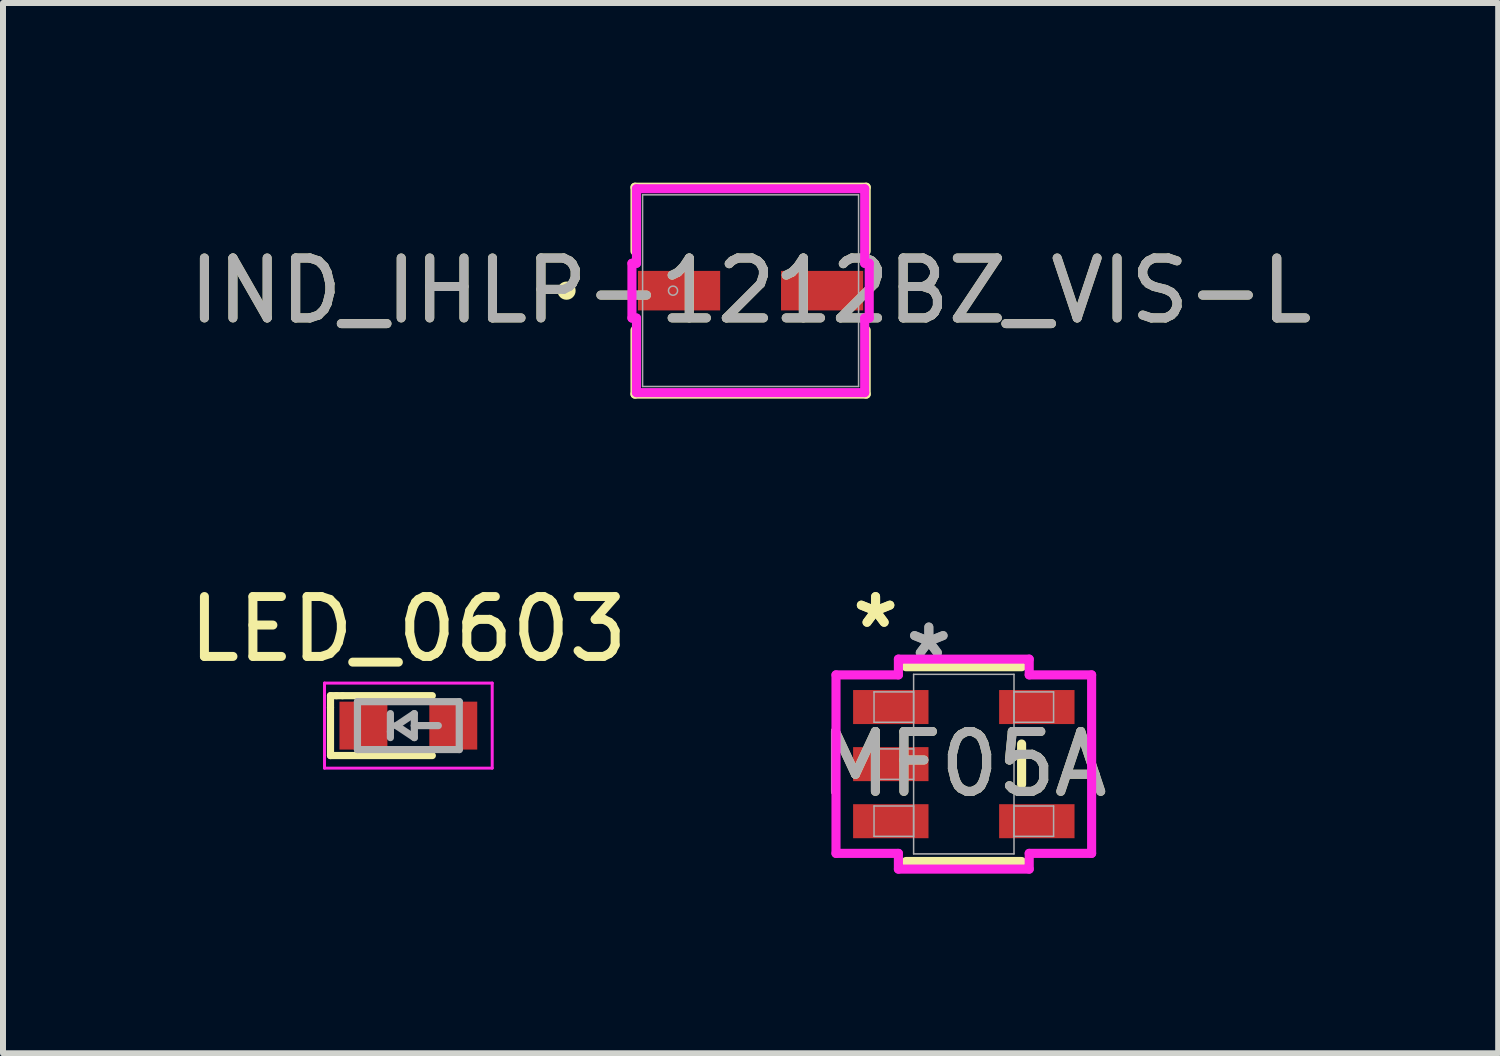
<source format=kicad_pcb>
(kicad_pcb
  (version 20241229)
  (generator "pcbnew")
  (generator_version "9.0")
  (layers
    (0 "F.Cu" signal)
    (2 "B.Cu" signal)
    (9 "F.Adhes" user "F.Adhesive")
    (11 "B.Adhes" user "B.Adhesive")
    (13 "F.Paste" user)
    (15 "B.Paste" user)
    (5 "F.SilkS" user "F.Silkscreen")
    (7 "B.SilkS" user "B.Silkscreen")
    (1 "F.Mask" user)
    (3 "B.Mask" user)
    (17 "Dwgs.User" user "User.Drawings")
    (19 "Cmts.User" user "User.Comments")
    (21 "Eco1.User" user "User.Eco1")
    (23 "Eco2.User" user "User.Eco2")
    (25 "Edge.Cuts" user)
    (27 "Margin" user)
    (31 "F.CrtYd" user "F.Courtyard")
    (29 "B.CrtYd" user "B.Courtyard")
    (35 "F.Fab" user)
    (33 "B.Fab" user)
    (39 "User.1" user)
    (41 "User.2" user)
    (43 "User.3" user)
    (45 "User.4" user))
  (footprint "LED_0603"
    (layer "F.Cu")
    (at 3.768 9.065)
    (property "Reference" "LED_0603" (at 0 -1.61 0) (layer "F.SilkS") (effects (font (size 1 1) (thickness 0.15))))
    (attr smd)
    (fp_line (start -1.3 -0.5) (end -1.3 -0.3) (stroke (width 0.12) (type solid)) (layer "F.SilkS"))
    (fp_line (start -1.3 -0.3) (end -1.3 0.5) (stroke (width 0.12) (type solid)) (layer "F.SilkS"))
    (fp_line (start -1.3 0.5) (end 0.4 0.5) (stroke (width 0.12) (type solid)) (layer "F.SilkS"))
    (fp_line (start -1.2 -0.5) (end -1.3 -0.5) (stroke (width 0.12) (type solid)) (layer "F.SilkS"))
    (fp_line (start -1.1 -0.5) (end -1.2 -0.5) (stroke (width 0.12) (type solid)) (layer "F.SilkS"))
    (fp_line (start -1.1 -0.5) (end 0.4 -0.5) (stroke (width 0.12) (type solid)) (layer "F.SilkS"))
    (fp_line (start -1.4 -0.71) (end 1.4 -0.71) (stroke (width 0.05) (type solid)) (layer "F.CrtYd"))
    (fp_line (start -1.4 0.71) (end -1.4 -0.71) (stroke (width 0.05) (type solid)) (layer "F.CrtYd"))
    (fp_line (start -1.4 0.71) (end 1.4 0.71) (stroke (width 0.05) (type solid)) (layer "F.CrtYd"))
    (fp_line (start 1.4 0.71) (end 1.4 -0.71) (stroke (width 0.05) (type solid)) (layer "F.CrtYd"))
    (fp_line (start -0.85 -0.4) (end 0.85 -0.4) (stroke (width 0.12) (type solid)) (layer "F.Fab"))
    (fp_line (start -0.85 0.4) (end -0.85 -0.4) (stroke (width 0.12) (type solid)) (layer "F.Fab"))
    (fp_line (start -0.85 0.4) (end 0.85 0.4) (stroke (width 0.12) (type solid)) (layer "F.Fab"))
    (fp_line (start -0.3 -0.2) (end -0.3 0.1) (stroke (width 0.12) (type solid)) (layer "F.Fab"))
    (fp_line (start -0.3 0.2) (end -0.3 0.1) (stroke (width 0.12) (type solid)) (layer "F.Fab"))
    (fp_line (start -0.2 0) (end 0.1 0.2) (stroke (width 0.12) (type solid)) (layer "F.Fab"))
    (fp_line (start 0.1 -0.2) (end -0.2 0) (stroke (width 0.12) (type solid)) (layer "F.Fab"))
    (fp_line (start 0.1 0) (end 0.1 -0.2) (stroke (width 0.12) (type solid)) (layer "F.Fab"))
    (fp_line (start 0.1 0.2) (end 0.1 0) (stroke (width 0.12) (type solid)) (layer "F.Fab"))
    (fp_line (start 0.5 0) (end 0.1 0) (stroke (width 0.12) (type solid)) (layer "F.Fab"))
    (fp_line (start 0.85 0.4) (end 0.85 -0.4) (stroke (width 0.12) (type solid)) (layer "F.Fab"))
    (pad "1" smd rect (at -0.75 0) (size 0.8 0.8) (layers "F.Cu" "F.Mask" "F.Paste"))
    (pad "2" smd rect (at 0.75 0) (size 0.8 0.8) (layers "F.Cu" "F.Mask" "F.Paste")))
  (footprint "MF05A"
    (layer "F.Cu")
    (at 13.042 9.708)
    (property "Reference" "MF05A" (at 0 0 0) (unlocked yes) (layer "F.SilkS") (effects (font (size 1 1) (thickness 0.15))))
    (attr smd)
    (fp_line (start -0.965 1.626) (end 0.965 1.626) (stroke (width 0.152) (type solid)) (layer "F.SilkS"))
    (fp_line (start 0.965 -1.626) (end -0.965 -1.626) (stroke (width 0.152) (type solid)) (layer "F.SilkS"))
    (fp_line (start 0.965 0.336) (end 0.965 -0.336) (stroke (width 0.152) (type solid)) (layer "F.SilkS"))
    (fp_line (start -2.134 -1.49) (end -1.092 -1.49) (stroke (width 0.152) (type solid)) (layer "F.CrtYd"))
    (fp_line (start -2.134 1.49) (end -2.134 -1.49) (stroke (width 0.152) (type solid)) (layer "F.CrtYd"))
    (fp_line (start -1.092 -1.753) (end 1.092 -1.753) (stroke (width 0.152) (type solid)) (layer "F.CrtYd"))
    (fp_line (start -1.092 -1.49) (end -1.092 -1.753) (stroke (width 0.152) (type solid)) (layer "F.CrtYd"))
    (fp_line (start -1.092 1.49) (end -2.134 1.49) (stroke (width 0.152) (type solid)) (layer "F.CrtYd"))
    (fp_line (start -1.092 1.753) (end -1.092 1.49) (stroke (width 0.152) (type solid)) (layer "F.CrtYd"))
    (fp_line (start 1.092 -1.753) (end 1.092 -1.49) (stroke (width 0.152) (type solid)) (layer "F.CrtYd"))
    (fp_line (start 1.092 -1.49) (end 2.134 -1.49) (stroke (width 0.152) (type solid)) (layer "F.CrtYd"))
    (fp_line (start 1.092 1.49) (end 1.092 1.753) (stroke (width 0.152) (type solid)) (layer "F.CrtYd"))
    (fp_line (start 1.092 1.753) (end -1.092 1.753) (stroke (width 0.152) (type solid)) (layer "F.CrtYd"))
    (fp_line (start 2.134 -1.49) (end 2.134 1.49) (stroke (width 0.152) (type solid)) (layer "F.CrtYd"))
    (fp_line (start 2.134 1.49) (end 1.092 1.49) (stroke (width 0.152) (type solid)) (layer "F.CrtYd"))
    (fp_line (start -1.499 -1.206) (end -1.499 -0.699) (stroke (width 0.025) (type solid)) (layer "F.Fab"))
    (fp_line (start -1.499 -0.699) (end -0.838 -0.699) (stroke (width 0.025) (type solid)) (layer "F.Fab"))
    (fp_line (start -1.499 -0.254) (end -1.499 0.254) (stroke (width 0.025) (type solid)) (layer "F.Fab"))
    (fp_line (start -1.499 0.254) (end -0.838 0.254) (stroke (width 0.025) (type solid)) (layer "F.Fab"))
    (fp_line (start -1.499 0.699) (end -1.499 1.206) (stroke (width 0.025) (type solid)) (layer "F.Fab"))
    (fp_line (start -1.499 1.206) (end -0.838 1.206) (stroke (width 0.025) (type solid)) (layer "F.Fab"))
    (fp_line (start -0.838 -1.499) (end -0.838 1.499) (stroke (width 0.025) (type solid)) (layer "F.Fab"))
    (fp_line (start -0.838 -1.206) (end -1.499 -1.206) (stroke (width 0.025) (type solid)) (layer "F.Fab"))
    (fp_line (start -0.838 -0.699) (end -0.838 -1.206) (stroke (width 0.025) (type solid)) (layer "F.Fab"))
    (fp_line (start -0.838 -0.254) (end -1.499 -0.254) (stroke (width 0.025) (type solid)) (layer "F.Fab"))
    (fp_line (start -0.838 0.254) (end -0.838 -0.254) (stroke (width 0.025) (type solid)) (layer "F.Fab"))
    (fp_line (start -0.838 0.699) (end -1.499 0.699) (stroke (width 0.025) (type solid)) (layer "F.Fab"))
    (fp_line (start -0.838 1.206) (end -0.838 0.699) (stroke (width 0.025) (type solid)) (layer "F.Fab"))
    (fp_line (start -0.838 1.499) (end 0.838 1.499) (stroke (width 0.025) (type solid)) (layer "F.Fab"))
    (fp_line (start 0.838 -1.499) (end -0.838 -1.499) (stroke (width 0.025) (type solid)) (layer "F.Fab"))
    (fp_line (start 0.838 -1.206) (end 0.838 -0.699) (stroke (width 0.025) (type solid)) (layer "F.Fab"))
    (fp_line (start 0.838 -0.699) (end 1.499 -0.699) (stroke (width 0.025) (type solid)) (layer "F.Fab"))
    (fp_line (start 0.838 0.699) (end 0.838 1.206) (stroke (width 0.025) (type solid)) (layer "F.Fab"))
    (fp_line (start 0.838 1.206) (end 1.499 1.206) (stroke (width 0.025) (type solid)) (layer "F.Fab"))
    (fp_line (start 0.838 1.499) (end 0.838 -1.499) (stroke (width 0.025) (type solid)) (layer "F.Fab"))
    (fp_line (start 1.499 -1.206) (end 0.838 -1.206) (stroke (width 0.025) (type solid)) (layer "F.Fab"))
    (fp_line (start 1.499 -0.699) (end 1.499 -1.206) (stroke (width 0.025) (type solid)) (layer "F.Fab"))
    (fp_line (start 1.499 0.699) (end 0.838 0.699) (stroke (width 0.025) (type solid)) (layer "F.Fab"))
    (fp_line (start 1.499 1.206) (end 1.499 0.699) (stroke (width 0.025) (type solid)) (layer "F.Fab"))
    (fp_text user "*" (at -1.473 -2.252 0) (unlocked yes) (layer "F.SilkS") (effects (font (size 1 1) (thickness 0.15))))
    (fp_text user "*" (at -1.473 -2.252 0) (layer "F.SilkS") (effects (font (size 1 1) (thickness 0.15))))
    (fp_text user "*" (at -0.584 -1.744 0) (unlocked yes) (layer "F.Fab") (effects (font (size 1 1) (thickness 0.15))))
    (fp_text user "*" (at -0.584 -1.744 0) (layer "F.Fab") (effects (font (size 1 1) (thickness 0.15))))
    (fp_text user "${REFERENCE}" (at 0 0 0) (unlocked yes) (layer "F.Fab") (effects (font (size 1 1) (thickness 0.15))))
    (pad "1" smd rect (at -1.219 -0.953) (size 1.259 0.568) (layers "F.Cu" "F.Mask" "F.Paste"))
    (pad "2" smd rect (at -1.219 0) (size 1.259 0.568) (layers "F.Cu" "F.Mask" "F.Paste"))
    (pad "3" smd rect (at -1.219 0.953) (size 1.259 0.568) (layers "F.Cu" "F.Mask" "F.Paste"))
    (pad "4" smd rect (at 1.219 0.953) (size 1.259 0.568) (layers "F.Cu" "F.Mask" "F.Paste"))
    (pad "5" smd rect (at 1.219 -0.953) (size 1.259 0.568) (layers "F.Cu" "F.Mask" "F.Paste")))
  (footprint "IND_IHLP-1212BZ_VIS-L"
    (layer "F.Cu")
    (at 9.482 1.803)
    (property "Reference" "IND_IHLP-1212BZ_VIS-L" (at 0 0 0) (unlocked yes) (layer "F.SilkS") (effects (font (size 1 1) (thickness 0.15))))
    (attr smd)
    (fp_line (start -1.93 -1.727) (end -1.93 -0.659) (stroke (width 0.152) (type solid)) (layer "F.SilkS"))
    (fp_line (start -1.93 0.659) (end -1.93 1.727) (stroke (width 0.152) (type solid)) (layer "F.SilkS"))
    (fp_line (start -1.93 1.727) (end 1.93 1.727) (stroke (width 0.152) (type solid)) (layer "F.SilkS"))
    (fp_line (start 1.93 -1.727) (end -1.93 -1.727) (stroke (width 0.152) (type solid)) (layer "F.SilkS"))
    (fp_line (start 1.93 -0.659) (end 1.93 -1.727) (stroke (width 0.152) (type solid)) (layer "F.SilkS"))
    (fp_line (start 1.93 1.727) (end 1.93 0.659) (stroke (width 0.152) (type solid)) (layer "F.SilkS"))
    (fp_circle (center -3.073 0) (end -2.997 0) (stroke (width 0.152) (type solid)) (fill no) (layer "F.SilkS"))
    (fp_line (start -1.981 -0.457) (end -1.905 -0.457) (stroke (width 0.152) (type solid)) (layer "F.CrtYd"))
    (fp_line (start -1.981 0.457) (end -1.981 -0.457) (stroke (width 0.152) (type solid)) (layer "F.CrtYd"))
    (fp_line (start -1.905 -1.702) (end 1.905 -1.702) (stroke (width 0.152) (type solid)) (layer "F.CrtYd"))
    (fp_line (start -1.905 -0.457) (end -1.905 -1.702) (stroke (width 0.152) (type solid)) (layer "F.CrtYd"))
    (fp_line (start -1.905 0.457) (end -1.981 0.457) (stroke (width 0.152) (type solid)) (layer "F.CrtYd"))
    (fp_line (start -1.905 1.702) (end -1.905 0.457) (stroke (width 0.152) (type solid)) (layer "F.CrtYd"))
    (fp_line (start 1.905 -1.702) (end 1.905 -0.457) (stroke (width 0.152) (type solid)) (layer "F.CrtYd"))
    (fp_line (start 1.905 -0.457) (end 1.981 -0.457) (stroke (width 0.152) (type solid)) (layer "F.CrtYd"))
    (fp_line (start 1.905 0.457) (end 1.905 1.702) (stroke (width 0.152) (type solid)) (layer "F.CrtYd"))
    (fp_line (start 1.905 1.702) (end -1.905 1.702) (stroke (width 0.152) (type solid)) (layer "F.CrtYd"))
    (fp_line (start 1.981 -0.457) (end 1.981 0.457) (stroke (width 0.152) (type solid)) (layer "F.CrtYd"))
    (fp_line (start 1.981 0.457) (end 1.905 0.457) (stroke (width 0.152) (type solid)) (layer "F.CrtYd"))
    (fp_line (start -1.803 -1.6) (end -1.803 1.6) (stroke (width 0.025) (type solid)) (layer "F.Fab"))
    (fp_line (start -1.803 1.6) (end 1.803 1.6) (stroke (width 0.025) (type solid)) (layer "F.Fab"))
    (fp_line (start 1.803 -1.6) (end -1.803 -1.6) (stroke (width 0.025) (type solid)) (layer "F.Fab"))
    (fp_line (start 1.803 1.6) (end 1.803 -1.6) (stroke (width 0.025) (type solid)) (layer "F.Fab"))
    (fp_circle (center -1.295 0) (end -1.219 0) (stroke (width 0.025) (type solid)) (fill no) (layer "F.Fab"))
    (fp_text user "${REFERENCE}" (at 0 0 0) (unlocked yes) (layer "F.Fab") (effects (font (size 1 1) (thickness 0.15))))
    (pad "1" smd rect (at -1.194 0 90) (size 0.66 1.372) (layers "F.Cu" "F.Mask" "F.Paste"))
    (pad "2" smd rect (at 1.194 0 90) (size 0.66 1.372) (layers "F.Cu" "F.Mask" "F.Paste"))
    (zone (net_name "") (layer "F.Cu") (hatch full 0.508) (connect_pads) (min_thickness 0.254) (filled_areas_thickness no) (keepout (tracks not_allowed) (vias not_allowed) (pads allowed) (copperpour not_allowed) (footprints allowed)) (placement (enabled no)) (fill) (polygon (pts (xy 7.73 0.254) (xy 11.235 0.254) (xy 11.235 1.397) (xy 7.73 1.397))))
    (zone (net_name "") (layer "F.Cu") (hatch full 0.508) (connect_pads) (min_thickness 0.254) (filled_areas_thickness no) (keepout (tracks not_allowed) (vias not_allowed) (pads allowed) (copperpour not_allowed) (footprints allowed)) (placement (enabled no)) (fill) (polygon (pts (xy 7.73 2.21) (xy 11.235 2.21) (xy 11.235 3.353) (xy 7.73 3.353))))
    (zone (net_name "") (layer "F.Cu") (hatch full 0.508) (connect_pads) (min_thickness 0.254) (filled_areas_thickness no) (keepout (tracks not_allowed) (vias not_allowed) (pads allowed) (copperpour not_allowed) (footprints allowed)) (placement (enabled no)) (fill) (polygon (pts (xy 9.025 1.397) (xy 9.939 1.397) (xy 9.939 2.21) (xy 9.025 2.21)))))
  (gr_rect
    (start -3 -3)
    (end 21.964 14.536)
    (stroke (width 0.1) (type default))
    (fill no)
    (layer "Edge.Cuts")))
</source>
